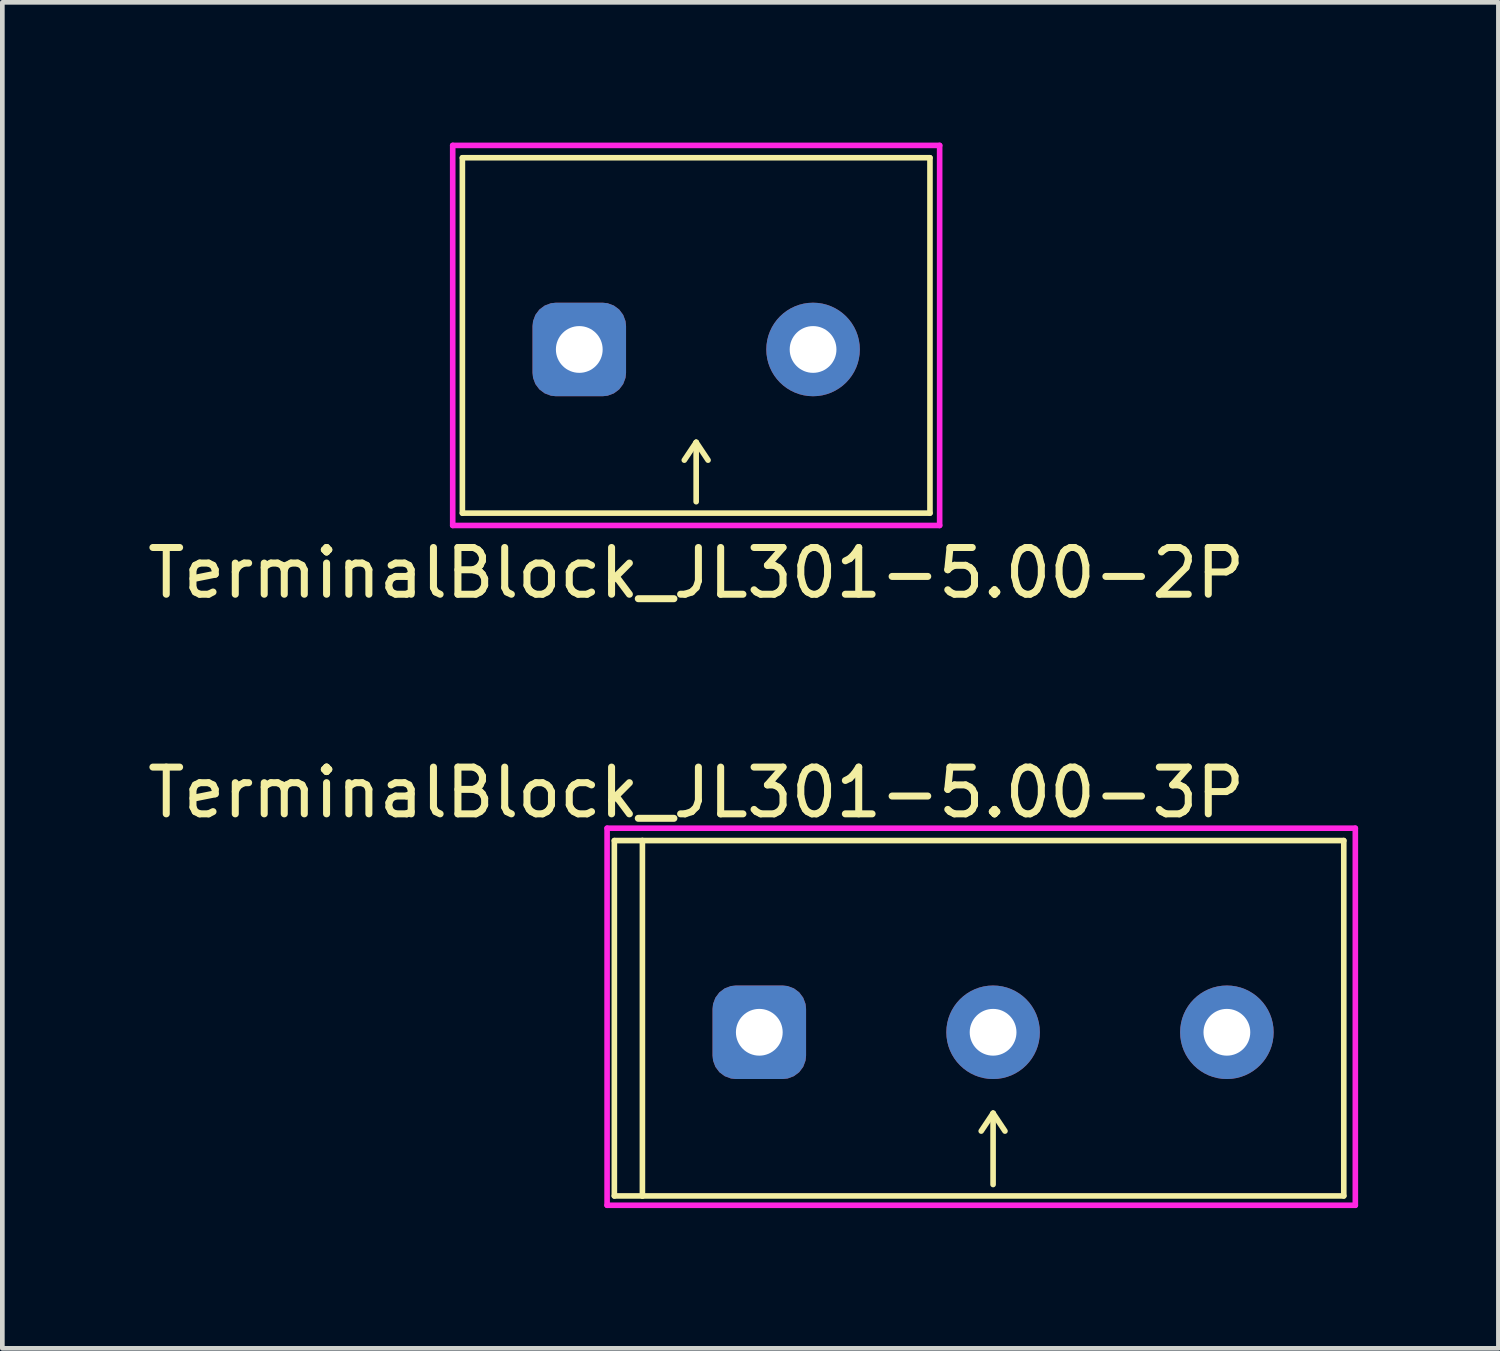
<source format=kicad_pcb>
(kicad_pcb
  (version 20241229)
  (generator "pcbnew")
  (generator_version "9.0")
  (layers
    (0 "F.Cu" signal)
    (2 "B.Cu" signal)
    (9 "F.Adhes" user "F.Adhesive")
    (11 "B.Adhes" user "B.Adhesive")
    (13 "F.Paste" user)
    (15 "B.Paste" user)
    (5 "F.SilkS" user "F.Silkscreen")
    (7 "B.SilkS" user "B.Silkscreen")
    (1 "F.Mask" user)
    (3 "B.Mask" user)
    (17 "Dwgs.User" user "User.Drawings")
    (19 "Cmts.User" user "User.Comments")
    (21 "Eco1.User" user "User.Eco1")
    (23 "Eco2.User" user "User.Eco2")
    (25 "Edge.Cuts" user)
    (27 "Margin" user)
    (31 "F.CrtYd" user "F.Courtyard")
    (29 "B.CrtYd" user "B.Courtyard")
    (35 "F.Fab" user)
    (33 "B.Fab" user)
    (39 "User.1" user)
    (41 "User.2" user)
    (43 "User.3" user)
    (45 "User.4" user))
  (footprint "TerminalBlock_JL301-5.00-2P"
    (layer "F.Cu")
    (at 11.839 4.124)
    (property "Reference" "TerminalBlock_JL301-5.00-2P" (at 0 5.08 0) (layer "F.SilkS") (effects (font (size 1 1) (thickness 0.15))))
    (attr through_hole)
    (fp_line (start -5 -3.8) (end 5 -3.8) (stroke (width 0.12) (type solid)) (layer "F.SilkS"))
    (fp_line (start -5 3.8) (end -5 -3.8) (stroke (width 0.12) (type solid)) (layer "F.SilkS"))
    (fp_line (start 0 2.286) (end -0.254 2.667) (stroke (width 0.12) (type solid)) (layer "F.SilkS"))
    (fp_line (start 0 2.286) (end 0.254 2.667) (stroke (width 0.12) (type solid)) (layer "F.SilkS"))
    (fp_line (start 0 3.556) (end 0 2.286) (stroke (width 0.12) (type solid)) (layer "F.SilkS"))
    (fp_line (start 5 -3.8) (end 5 3.8) (stroke (width 0.12) (type solid)) (layer "F.SilkS"))
    (fp_line (start 5 3.8) (end -5 3.8) (stroke (width 0.12) (type solid)) (layer "F.SilkS"))
    (fp_line (start -5.207 -4.064) (end 5.207 -4.064) (stroke (width 0.12) (type solid)) (layer "F.CrtYd"))
    (fp_line (start -5.207 4.064) (end -5.207 -4.064) (stroke (width 0.12) (type solid)) (layer "F.CrtYd"))
    (fp_line (start 5.207 -4.064) (end 5.207 4.064) (stroke (width 0.12) (type solid)) (layer "F.CrtYd"))
    (fp_line (start 5.207 4.064) (end -5.207 4.064) (stroke (width 0.12) (type solid)) (layer "F.CrtYd"))
    (pad "1" thru_hole roundrect (at -2.5 0.3) (size 2 2) (drill 1) (layers "*.Cu" "*.Mask") (roundrect_rratio 0.25))
    (pad "2" thru_hole circle (at 2.5 0.3) (size 2 2) (drill 1) (layers "*.Cu" "*.Mask")))
  (footprint "TerminalBlock_JL301-5.00-3P"
    (layer "F.Cu")
    (at 18.189 18.727)
    (property "Reference" "TerminalBlock_JL301-5.00-3P" (at -6.35 -4.826 0) (layer "F.SilkS") (effects (font (size 1 1) (thickness 0.15))))
    (attr through_hole)
    (fp_line (start -8.1 -3.8) (end -8.1 3.8) (stroke (width 0.12) (type solid)) (layer "F.SilkS"))
    (fp_line (start -8.1 3.8) (end -7.5 3.8) (stroke (width 0.12) (type solid)) (layer "F.SilkS"))
    (fp_line (start -7.5 -3.8) (end -8.1 -3.8) (stroke (width 0.12) (type solid)) (layer "F.SilkS"))
    (fp_line (start -7.5 -3.8) (end 7.5 -3.8) (stroke (width 0.12) (type solid)) (layer "F.SilkS"))
    (fp_line (start -7.5 3.8) (end -7.5 -3.8) (stroke (width 0.12) (type solid)) (layer "F.SilkS"))
    (fp_line (start -7.5 3.8) (end 7.5 3.8) (stroke (width 0.12) (type solid)) (layer "F.SilkS"))
    (fp_line (start -0.254 2.413) (end 0 2.032) (stroke (width 0.12) (type solid)) (layer "F.SilkS"))
    (fp_line (start 0 2.032) (end 0.254 2.413) (stroke (width 0.12) (type solid)) (layer "F.SilkS"))
    (fp_line (start 0 3.556) (end 0 2.032) (stroke (width 0.12) (type solid)) (layer "F.SilkS"))
    (fp_line (start 7.5 -3.8) (end 7.5 3.8) (stroke (width 0.12) (type solid)) (layer "F.SilkS"))
    (fp_line (start -8.255 -4.064) (end 7.747 -4.064) (stroke (width 0.12) (type solid)) (layer "F.CrtYd"))
    (fp_line (start -8.255 4) (end -8.255 -4.064) (stroke (width 0.12) (type solid)) (layer "F.CrtYd"))
    (fp_line (start 7.747 -4.064) (end 7.747 4) (stroke (width 0.12) (type solid)) (layer "F.CrtYd"))
    (fp_line (start 7.747 4) (end -8.255 4) (stroke (width 0.12) (type solid)) (layer "F.CrtYd"))
    (pad "1" thru_hole roundrect (at -5 0.3) (size 2 2) (drill 1) (layers "*.Cu" "*.Mask") (roundrect_rratio 0.25))
    (pad "2" thru_hole circle (at 0 0.3) (size 2 2) (drill 1) (layers "*.Cu" "*.Mask"))
    (pad "3" thru_hole circle (at 5 0.3) (size 2 2) (drill 1) (layers "*.Cu" "*.Mask")))
  (gr_rect
    (start -3 -3)
    (end 28.996 25.787)
    (stroke (width 0.1) (type default))
    (fill no)
    (layer "Edge.Cuts")))
</source>
